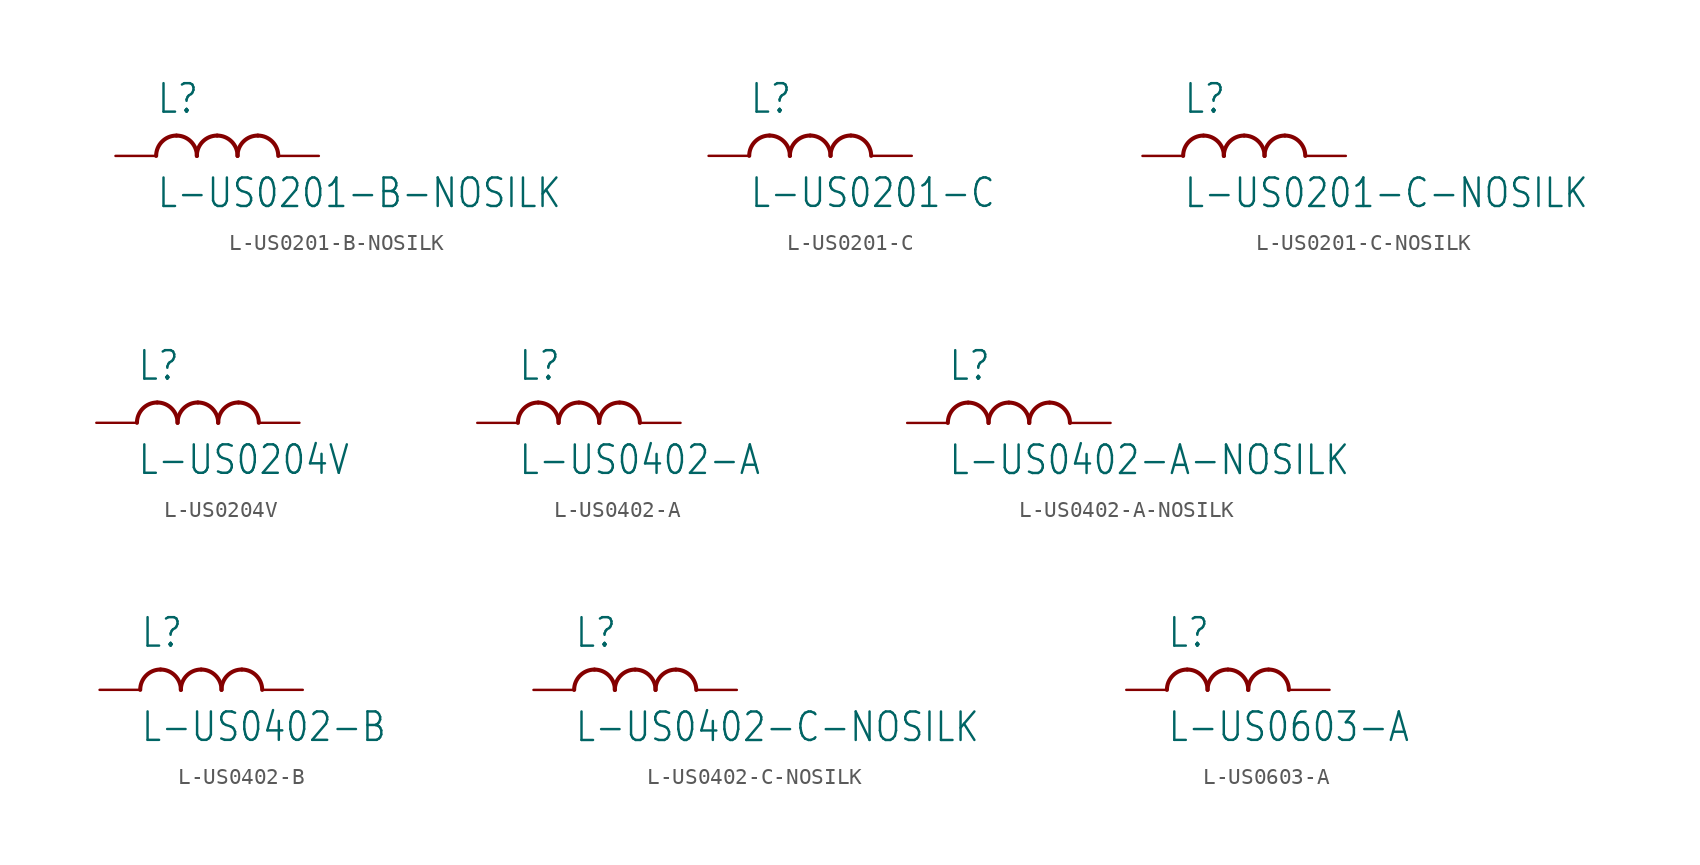
<source format=kicad_sym>
(kicad_symbol_lib
  (version 20211014)
  (generator kicad_symbol_editor)
  (symbol "L-US0201-B-NOSILK"
    (property "Reference" "L"
      (at -5.08 2.54 0)
      (effects (font (size 1.778 1.511)) (justify left bottom)))
    (property "Value" "L-US0201-B-NOSILK"
      (at -5.08 -1.27 0)
      (effects (font (size 1.778 1.511)) (justify left top)))
    (property "ki_locked" ""
      (at 0 0 0)
      (effects (font (size 1.27 1.27))))
    (symbol "L-US0201-B-NOSILK_1_0"
      (arc (start -3.81 1.27) (mid -4.708 0.898) (end -5.08 0) (stroke (width 0.254) (type default) (color 0 0 0 0)) (fill (type none)))
      (arc (start -2.54 0) (mid -2.912 0.898) (end -3.81 1.27) (stroke (width 0.254) (type default) (color 0 0 0 0)) (fill (type none)))
      (arc (start -1.27 1.27) (mid -2.168 0.898) (end -2.54 0) (stroke (width 0.254) (type default) (color 0 0 0 0)) (fill (type none)))
      (arc (start 0 0) (mid -0.372 0.898) (end -1.27 1.27) (stroke (width 0.254) (type default) (color 0 0 0 0)) (fill (type none)))
      (arc (start 1.27 1.27) (mid 0.372 0.898) (end 0 0) (stroke (width 0.254) (type default) (color 0 0 0 0)) (fill (type none)))
      (arc (start 2.54 0) (mid 2.168 0.898) (end 1.27 1.27) (stroke (width 0.254) (type default) (color 0 0 0 0)) (fill (type none)))
      (pin passive line (at -7.62 0 0) (length 2.54) (name "1" (effects (font (size 0 0)))) (number "1" (effects (font (size 0 0)))))
      (pin passive line (at 5.08 0 180) (length 2.54) (name "2" (effects (font (size 0 0)))) (number "2" (effects (font (size 0 0)))))))
  (symbol "L-US0201-C"
    (property "Reference" "L"
      (at -5.08 2.54 0)
      (effects (font (size 1.778 1.511)) (justify left bottom)))
    (property "Value" "L-US0201-C"
      (at -5.08 -1.27 0)
      (effects (font (size 1.778 1.511)) (justify left top)))
    (property "ki_locked" ""
      (at 0 0 0)
      (effects (font (size 1.27 1.27))))
    (symbol "L-US0201-C_1_0"
      (arc (start -3.81 1.27) (mid -4.708 0.898) (end -5.08 0) (stroke (width 0.254) (type default) (color 0 0 0 0)) (fill (type none)))
      (arc (start -2.54 0) (mid -2.912 0.898) (end -3.81 1.27) (stroke (width 0.254) (type default) (color 0 0 0 0)) (fill (type none)))
      (arc (start -1.27 1.27) (mid -2.168 0.898) (end -2.54 0) (stroke (width 0.254) (type default) (color 0 0 0 0)) (fill (type none)))
      (arc (start 0 0) (mid -0.372 0.898) (end -1.27 1.27) (stroke (width 0.254) (type default) (color 0 0 0 0)) (fill (type none)))
      (arc (start 1.27 1.27) (mid 0.372 0.898) (end 0 0) (stroke (width 0.254) (type default) (color 0 0 0 0)) (fill (type none)))
      (arc (start 2.54 0) (mid 2.168 0.898) (end 1.27 1.27) (stroke (width 0.254) (type default) (color 0 0 0 0)) (fill (type none)))
      (pin passive line (at -7.62 0 0) (length 2.54) (name "1" (effects (font (size 0 0)))) (number "1" (effects (font (size 0 0)))))
      (pin passive line (at 5.08 0 180) (length 2.54) (name "2" (effects (font (size 0 0)))) (number "2" (effects (font (size 0 0)))))))
  (symbol "L-US0201-C-NOSILK"
    (property "Reference" "L"
      (at -5.08 2.54 0)
      (effects (font (size 1.778 1.511)) (justify left bottom)))
    (property "Value" "L-US0201-C-NOSILK"
      (at -5.08 -1.27 0)
      (effects (font (size 1.778 1.511)) (justify left top)))
    (property "ki_locked" ""
      (at 0 0 0)
      (effects (font (size 1.27 1.27))))
    (symbol "L-US0201-C-NOSILK_1_0"
      (arc (start -3.81 1.27) (mid -4.708 0.898) (end -5.08 0) (stroke (width 0.254) (type default) (color 0 0 0 0)) (fill (type none)))
      (arc (start -2.54 0) (mid -2.912 0.898) (end -3.81 1.27) (stroke (width 0.254) (type default) (color 0 0 0 0)) (fill (type none)))
      (arc (start -1.27 1.27) (mid -2.168 0.898) (end -2.54 0) (stroke (width 0.254) (type default) (color 0 0 0 0)) (fill (type none)))
      (arc (start 0 0) (mid -0.372 0.898) (end -1.27 1.27) (stroke (width 0.254) (type default) (color 0 0 0 0)) (fill (type none)))
      (arc (start 1.27 1.27) (mid 0.372 0.898) (end 0 0) (stroke (width 0.254) (type default) (color 0 0 0 0)) (fill (type none)))
      (arc (start 2.54 0) (mid 2.168 0.898) (end 1.27 1.27) (stroke (width 0.254) (type default) (color 0 0 0 0)) (fill (type none)))
      (pin passive line (at -7.62 0 0) (length 2.54) (name "1" (effects (font (size 0 0)))) (number "1" (effects (font (size 0 0)))))
      (pin passive line (at 5.08 0 180) (length 2.54) (name "2" (effects (font (size 0 0)))) (number "2" (effects (font (size 0 0)))))))
  (symbol "L-US0204V"
    (property "Reference" "L"
      (at -5.08 2.54 0)
      (effects (font (size 1.778 1.511)) (justify left bottom)))
    (property "Value" "L-US0204V"
      (at -5.08 -1.27 0)
      (effects (font (size 1.778 1.511)) (justify left top)))
    (property "ki_locked" ""
      (at 0 0 0)
      (effects (font (size 1.27 1.27))))
    (symbol "L-US0204V_1_0"
      (arc (start -3.81 1.27) (mid -4.708 0.898) (end -5.08 0) (stroke (width 0.254) (type default) (color 0 0 0 0)) (fill (type none)))
      (arc (start -2.54 0) (mid -2.912 0.898) (end -3.81 1.27) (stroke (width 0.254) (type default) (color 0 0 0 0)) (fill (type none)))
      (arc (start -1.27 1.27) (mid -2.168 0.898) (end -2.54 0) (stroke (width 0.254) (type default) (color 0 0 0 0)) (fill (type none)))
      (arc (start 0 0) (mid -0.372 0.898) (end -1.27 1.27) (stroke (width 0.254) (type default) (color 0 0 0 0)) (fill (type none)))
      (arc (start 1.27 1.27) (mid 0.372 0.898) (end 0 0) (stroke (width 0.254) (type default) (color 0 0 0 0)) (fill (type none)))
      (arc (start 2.54 0) (mid 2.168 0.898) (end 1.27 1.27) (stroke (width 0.254) (type default) (color 0 0 0 0)) (fill (type none)))
      (pin passive line (at -7.62 0 0) (length 2.54) (name "1" (effects (font (size 0 0)))) (number "1" (effects (font (size 0 0)))))
      (pin passive line (at 5.08 0 180) (length 2.54) (name "2" (effects (font (size 0 0)))) (number "2" (effects (font (size 0 0)))))))
  (symbol "L-US0402-A"
    (property "Reference" "L"
      (at -5.08 2.54 0)
      (effects (font (size 1.778 1.511)) (justify left bottom)))
    (property "Value" "L-US0402-A"
      (at -5.08 -1.27 0)
      (effects (font (size 1.778 1.511)) (justify left top)))
    (property "ki_locked" ""
      (at 0 0 0)
      (effects (font (size 1.27 1.27))))
    (symbol "L-US0402-A_1_0"
      (arc (start -3.81 1.27) (mid -4.708 0.898) (end -5.08 0) (stroke (width 0.254) (type default) (color 0 0 0 0)) (fill (type none)))
      (arc (start -2.54 0) (mid -2.912 0.898) (end -3.81 1.27) (stroke (width 0.254) (type default) (color 0 0 0 0)) (fill (type none)))
      (arc (start -1.27 1.27) (mid -2.168 0.898) (end -2.54 0) (stroke (width 0.254) (type default) (color 0 0 0 0)) (fill (type none)))
      (arc (start 0 0) (mid -0.372 0.898) (end -1.27 1.27) (stroke (width 0.254) (type default) (color 0 0 0 0)) (fill (type none)))
      (arc (start 1.27 1.27) (mid 0.372 0.898) (end 0 0) (stroke (width 0.254) (type default) (color 0 0 0 0)) (fill (type none)))
      (arc (start 2.54 0) (mid 2.168 0.898) (end 1.27 1.27) (stroke (width 0.254) (type default) (color 0 0 0 0)) (fill (type none)))
      (pin passive line (at -7.62 0 0) (length 2.54) (name "1" (effects (font (size 0 0)))) (number "1" (effects (font (size 0 0)))))
      (pin passive line (at 5.08 0 180) (length 2.54) (name "2" (effects (font (size 0 0)))) (number "2" (effects (font (size 0 0)))))))
  (symbol "L-US0402-A-NOSILK"
    (property "Reference" "L"
      (at -5.08 2.54 0)
      (effects (font (size 1.778 1.511)) (justify left bottom)))
    (property "Value" "L-US0402-A-NOSILK"
      (at -5.08 -1.27 0)
      (effects (font (size 1.778 1.511)) (justify left top)))
    (property "ki_locked" ""
      (at 0 0 0)
      (effects (font (size 1.27 1.27))))
    (symbol "L-US0402-A-NOSILK_1_0"
      (arc (start -3.81 1.27) (mid -4.708 0.898) (end -5.08 0) (stroke (width 0.254) (type default) (color 0 0 0 0)) (fill (type none)))
      (arc (start -2.54 0) (mid -2.912 0.898) (end -3.81 1.27) (stroke (width 0.254) (type default) (color 0 0 0 0)) (fill (type none)))
      (arc (start -1.27 1.27) (mid -2.168 0.898) (end -2.54 0) (stroke (width 0.254) (type default) (color 0 0 0 0)) (fill (type none)))
      (arc (start 0 0) (mid -0.372 0.898) (end -1.27 1.27) (stroke (width 0.254) (type default) (color 0 0 0 0)) (fill (type none)))
      (arc (start 1.27 1.27) (mid 0.372 0.898) (end 0 0) (stroke (width 0.254) (type default) (color 0 0 0 0)) (fill (type none)))
      (arc (start 2.54 0) (mid 2.168 0.898) (end 1.27 1.27) (stroke (width 0.254) (type default) (color 0 0 0 0)) (fill (type none)))
      (pin passive line (at -7.62 0 0) (length 2.54) (name "1" (effects (font (size 0 0)))) (number "1" (effects (font (size 0 0)))))
      (pin passive line (at 5.08 0 180) (length 2.54) (name "2" (effects (font (size 0 0)))) (number "2" (effects (font (size 0 0)))))))
  (symbol "L-US0402-B"
    (property "Reference" "L"
      (at -5.08 2.54 0)
      (effects (font (size 1.778 1.511)) (justify left bottom)))
    (property "Value" "L-US0402-B"
      (at -5.08 -1.27 0)
      (effects (font (size 1.778 1.511)) (justify left top)))
    (property "ki_locked" ""
      (at 0 0 0)
      (effects (font (size 1.27 1.27))))
    (symbol "L-US0402-B_1_0"
      (arc (start -3.81 1.27) (mid -4.708 0.898) (end -5.08 0) (stroke (width 0.254) (type default) (color 0 0 0 0)) (fill (type none)))
      (arc (start -2.54 0) (mid -2.912 0.898) (end -3.81 1.27) (stroke (width 0.254) (type default) (color 0 0 0 0)) (fill (type none)))
      (arc (start -1.27 1.27) (mid -2.168 0.898) (end -2.54 0) (stroke (width 0.254) (type default) (color 0 0 0 0)) (fill (type none)))
      (arc (start 0 0) (mid -0.372 0.898) (end -1.27 1.27) (stroke (width 0.254) (type default) (color 0 0 0 0)) (fill (type none)))
      (arc (start 1.27 1.27) (mid 0.372 0.898) (end 0 0) (stroke (width 0.254) (type default) (color 0 0 0 0)) (fill (type none)))
      (arc (start 2.54 0) (mid 2.168 0.898) (end 1.27 1.27) (stroke (width 0.254) (type default) (color 0 0 0 0)) (fill (type none)))
      (pin passive line (at -7.62 0 0) (length 2.54) (name "1" (effects (font (size 0 0)))) (number "1" (effects (font (size 0 0)))))
      (pin passive line (at 5.08 0 180) (length 2.54) (name "2" (effects (font (size 0 0)))) (number "2" (effects (font (size 0 0)))))))
  (symbol "L-US0402-C-NOSILK"
    (property "Reference" "L"
      (at -5.08 2.54 0)
      (effects (font (size 1.778 1.511)) (justify left bottom)))
    (property "Value" "L-US0402-C-NOSILK"
      (at -5.08 -1.27 0)
      (effects (font (size 1.778 1.511)) (justify left top)))
    (property "ki_locked" ""
      (at 0 0 0)
      (effects (font (size 1.27 1.27))))
    (symbol "L-US0402-C-NOSILK_1_0"
      (arc (start -3.81 1.27) (mid -4.708 0.898) (end -5.08 0) (stroke (width 0.254) (type default) (color 0 0 0 0)) (fill (type none)))
      (arc (start -2.54 0) (mid -2.912 0.898) (end -3.81 1.27) (stroke (width 0.254) (type default) (color 0 0 0 0)) (fill (type none)))
      (arc (start -1.27 1.27) (mid -2.168 0.898) (end -2.54 0) (stroke (width 0.254) (type default) (color 0 0 0 0)) (fill (type none)))
      (arc (start 0 0) (mid -0.372 0.898) (end -1.27 1.27) (stroke (width 0.254) (type default) (color 0 0 0 0)) (fill (type none)))
      (arc (start 1.27 1.27) (mid 0.372 0.898) (end 0 0) (stroke (width 0.254) (type default) (color 0 0 0 0)) (fill (type none)))
      (arc (start 2.54 0) (mid 2.168 0.898) (end 1.27 1.27) (stroke (width 0.254) (type default) (color 0 0 0 0)) (fill (type none)))
      (pin passive line (at -7.62 0 0) (length 2.54) (name "1" (effects (font (size 0 0)))) (number "1" (effects (font (size 0 0)))))
      (pin passive line (at 5.08 0 180) (length 2.54) (name "2" (effects (font (size 0 0)))) (number "2" (effects (font (size 0 0)))))))
  (symbol "L-US0603-A"
    (property "Reference" "L"
      (at -5.08 2.54 0)
      (effects (font (size 1.778 1.511)) (justify left bottom)))
    (property "Value" "L-US0603-A"
      (at -5.08 -1.27 0)
      (effects (font (size 1.778 1.511)) (justify left top)))
    (property "ki_locked" ""
      (at 0 0 0)
      (effects (font (size 1.27 1.27))))
    (symbol "L-US0603-A_1_0"
      (arc (start -3.81 1.27) (mid -4.708 0.898) (end -5.08 0) (stroke (width 0.254) (type default) (color 0 0 0 0)) (fill (type none)))
      (arc (start -2.54 0) (mid -2.912 0.898) (end -3.81 1.27) (stroke (width 0.254) (type default) (color 0 0 0 0)) (fill (type none)))
      (arc (start -1.27 1.27) (mid -2.168 0.898) (end -2.54 0) (stroke (width 0.254) (type default) (color 0 0 0 0)) (fill (type none)))
      (arc (start 0 0) (mid -0.372 0.898) (end -1.27 1.27) (stroke (width 0.254) (type default) (color 0 0 0 0)) (fill (type none)))
      (arc (start 1.27 1.27) (mid 0.372 0.898) (end 0 0) (stroke (width 0.254) (type default) (color 0 0 0 0)) (fill (type none)))
      (arc (start 2.54 0) (mid 2.168 0.898) (end 1.27 1.27) (stroke (width 0.254) (type default) (color 0 0 0 0)) (fill (type none)))
      (pin passive line (at -7.62 0 0) (length 2.54) (name "1" (effects (font (size 0 0)))) (number "1" (effects (font (size 0 0)))))
      (pin passive line (at 5.08 0 180) (length 2.54) (name "2" (effects (font (size 0 0)))) (number "2" (effects (font (size 0 0))))))))
</source>
